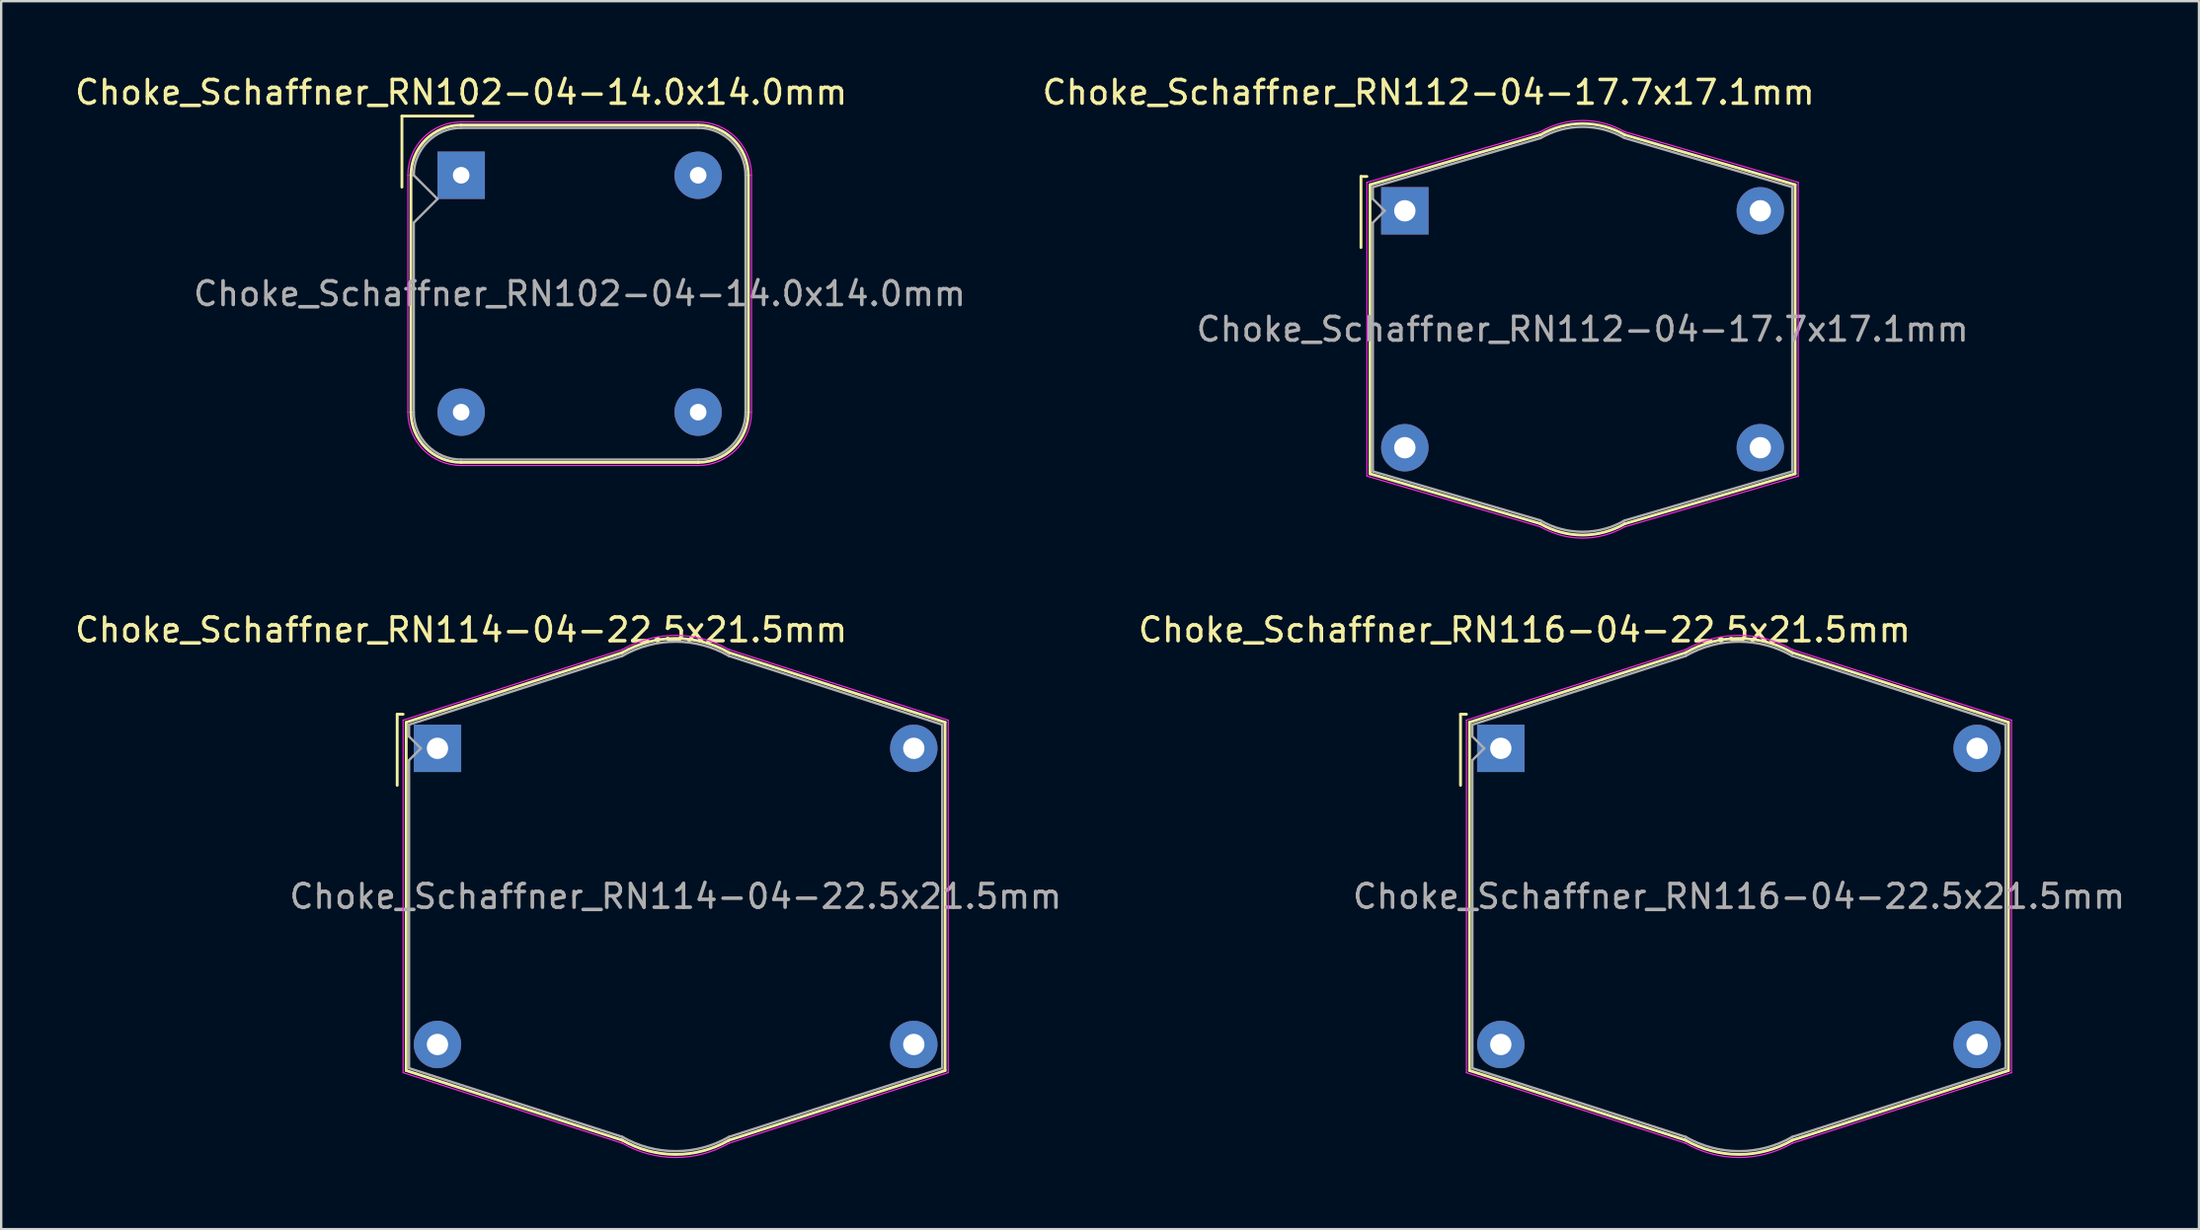
<source format=kicad_pcb>
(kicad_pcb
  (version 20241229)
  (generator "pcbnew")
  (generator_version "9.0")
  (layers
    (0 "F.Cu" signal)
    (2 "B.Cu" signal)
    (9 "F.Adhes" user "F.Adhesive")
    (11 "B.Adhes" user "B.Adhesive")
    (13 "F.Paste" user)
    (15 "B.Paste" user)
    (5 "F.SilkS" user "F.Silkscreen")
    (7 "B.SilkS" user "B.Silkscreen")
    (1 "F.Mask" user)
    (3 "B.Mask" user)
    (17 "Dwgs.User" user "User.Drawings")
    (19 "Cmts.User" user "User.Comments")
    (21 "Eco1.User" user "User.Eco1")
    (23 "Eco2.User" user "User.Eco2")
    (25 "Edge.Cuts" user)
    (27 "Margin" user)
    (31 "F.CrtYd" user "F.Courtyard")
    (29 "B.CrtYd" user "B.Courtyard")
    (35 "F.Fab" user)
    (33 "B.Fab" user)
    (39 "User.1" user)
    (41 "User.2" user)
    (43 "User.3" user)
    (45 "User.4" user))
  (footprint "Choke_Schaffner_RN114-04-22.5x21.5mm"
    (layer "F.Cu")
    (at 15.411 28.538)
    (property "Reference" "Choke_Schaffner_RN114-04-22.5x21.5mm" (at 1 -5 0) (layer "F.SilkS") (effects (font (size 1 1) (thickness 0.15))))
    (attr through_hole)
    (fp_line (start -1.7 -1.44) (end -1.7 1.56) (stroke (width 0.12) (type solid)) (layer "F.SilkS"))
    (fp_line (start -1.7 -1.44) (end -1.45 -1.44) (stroke (width 0.12) (type solid)) (layer "F.SilkS"))
    (fp_line (start -1.32 -1.1) (end 7.8 -4.04) (stroke (width 0.12) (type solid)) (layer "F.SilkS"))
    (fp_line (start -1.32 13.6) (end -1.32 -1.1) (stroke (width 0.12) (type solid)) (layer "F.SilkS"))
    (fp_line (start 7.8 16.54) (end -1.32 13.6) (stroke (width 0.12) (type solid)) (layer "F.SilkS"))
    (fp_line (start 12.3 -4.04) (end 21.42 -1.1) (stroke (width 0.12) (type solid)) (layer "F.SilkS"))
    (fp_line (start 21.42 -1.1) (end 21.42 13.6) (stroke (width 0.12) (type solid)) (layer "F.SilkS"))
    (fp_line (start 21.42 13.6) (end 12.3 16.54) (stroke (width 0.12) (type solid)) (layer "F.SilkS"))
    (fp_arc (start 7.8 -4.04) (mid 10.061443 -4.63982) (end 12.31982 -4.028557) (stroke (width 0.12) (type solid)) (layer "F.SilkS"))
    (fp_arc (start 12.3 16.54) (mid 10.038557 17.13982) (end 7.78018 16.528557) (stroke (width 0.12) (type solid)) (layer "F.SilkS"))
    (fp_line (start -1.45 -1.19) (end 7.8 -4.17) (stroke (width 0.05) (type solid)) (layer "F.CrtYd"))
    (fp_line (start -1.45 13.69) (end -1.45 -1.19) (stroke (width 0.05) (type solid)) (layer "F.CrtYd"))
    (fp_line (start 7.8 16.67) (end -1.45 13.69) (stroke (width 0.05) (type solid)) (layer "F.CrtYd"))
    (fp_line (start 12.3 -4.17) (end 21.55 -1.19) (stroke (width 0.05) (type solid)) (layer "F.CrtYd"))
    (fp_line (start 21.55 -1.19) (end 21.55 13.69) (stroke (width 0.05) (type solid)) (layer "F.CrtYd"))
    (fp_line (start 21.55 13.69) (end 12.3 16.67) (stroke (width 0.05) (type solid)) (layer "F.CrtYd"))
    (fp_arc (start 7.8 -4.17) (mid 10.061443 -4.76982) (end 12.31982 -4.158557) (stroke (width 0.05) (type solid)) (layer "F.CrtYd"))
    (fp_arc (start 12.3 16.67) (mid 10.038557 17.26982) (end 7.78018 16.658557) (stroke (width 0.05) (type solid)) (layer "F.CrtYd"))
    (fp_line (start -1.2 -1) (end 7.8 -3.9) (stroke (width 0.1) (type solid)) (layer "F.Fab"))
    (fp_line (start -1.2 -0.5) (end -1.2 -1) (stroke (width 0.1) (type solid)) (layer "F.Fab"))
    (fp_line (start -1.2 0.5) (end -0.7 0) (stroke (width 0.1) (type solid)) (layer "F.Fab"))
    (fp_line (start -1.2 13.5) (end -1.2 0.5) (stroke (width 0.1) (type solid)) (layer "F.Fab"))
    (fp_line (start -0.7 0) (end -1.2 -0.5) (stroke (width 0.1) (type solid)) (layer "F.Fab"))
    (fp_line (start 7.8 16.4) (end -1.2 13.5) (stroke (width 0.1) (type solid)) (layer "F.Fab"))
    (fp_line (start 12.3 -3.9) (end 21.3 -1) (stroke (width 0.1) (type solid)) (layer "F.Fab"))
    (fp_line (start 21.3 -1) (end 21.3 13.5) (stroke (width 0.1) (type solid)) (layer "F.Fab"))
    (fp_line (start 21.3 13.5) (end 12.3 16.4) (stroke (width 0.1) (type solid)) (layer "F.Fab"))
    (fp_arc (start 7.8 -3.9) (mid 10.051443 -4.502499) (end 12.302499 -3.898557) (stroke (width 0.1) (type solid)) (layer "F.Fab"))
    (fp_arc (start 12.3 16.4) (mid 10.048557 17.002499) (end 7.797501 16.398557) (stroke (width 0.1) (type solid)) (layer "F.Fab"))
    (fp_text user "${REFERENCE}" (at 10.05 6.25 0) (layer "F.Fab") (effects (font (size 1 1) (thickness 0.15))))
    (pad "1" thru_hole rect (at 0 0) (size 2 2) (drill 0.9) (layers "*.Cu" "*.Mask"))
    (pad "2" thru_hole circle (at 20.1 0) (size 2 2) (drill 0.9) (layers "*.Cu" "*.Mask"))
    (pad "3" thru_hole circle (at 0 12.5) (size 2 2) (drill 0.9) (layers "*.Cu" "*.Mask"))
    (pad "4" thru_hole circle (at 20.1 12.5) (size 2 2) (drill 0.9) (layers "*.Cu" "*.Mask")))
  (footprint "Choke_Schaffner_RN116-04-22.5x21.5mm"
    (layer "F.Cu")
    (at 60.282 28.538)
    (property "Reference" "Choke_Schaffner_RN116-04-22.5x21.5mm" (at 1 -5 0) (layer "F.SilkS") (effects (font (size 1 1) (thickness 0.15))))
    (attr through_hole)
    (fp_line (start -1.7 -1.44) (end -1.7 1.56) (stroke (width 0.12) (type solid)) (layer "F.SilkS"))
    (fp_line (start -1.7 -1.44) (end -1.45 -1.44) (stroke (width 0.12) (type solid)) (layer "F.SilkS"))
    (fp_line (start -1.32 -1.1) (end 7.8 -4.04) (stroke (width 0.12) (type solid)) (layer "F.SilkS"))
    (fp_line (start -1.32 13.6) (end -1.32 -1.1) (stroke (width 0.12) (type solid)) (layer "F.SilkS"))
    (fp_line (start 7.8 16.54) (end -1.32 13.6) (stroke (width 0.12) (type solid)) (layer "F.SilkS"))
    (fp_line (start 12.3 -4.04) (end 21.42 -1.1) (stroke (width 0.12) (type solid)) (layer "F.SilkS"))
    (fp_line (start 21.42 -1.1) (end 21.42 13.6) (stroke (width 0.12) (type solid)) (layer "F.SilkS"))
    (fp_line (start 21.42 13.6) (end 12.3 16.54) (stroke (width 0.12) (type solid)) (layer "F.SilkS"))
    (fp_arc (start 7.8 -4.04) (mid 10.061443 -4.63982) (end 12.31982 -4.028557) (stroke (width 0.12) (type solid)) (layer "F.SilkS"))
    (fp_arc (start 12.3 16.54) (mid 10.038557 17.13982) (end 7.78018 16.528557) (stroke (width 0.12) (type solid)) (layer "F.SilkS"))
    (fp_line (start -1.45 -1.19) (end 7.8 -4.17) (stroke (width 0.05) (type solid)) (layer "F.CrtYd"))
    (fp_line (start -1.45 13.69) (end -1.45 -1.19) (stroke (width 0.05) (type solid)) (layer "F.CrtYd"))
    (fp_line (start 7.8 16.67) (end -1.45 13.69) (stroke (width 0.05) (type solid)) (layer "F.CrtYd"))
    (fp_line (start 12.3 -4.17) (end 21.55 -1.19) (stroke (width 0.05) (type solid)) (layer "F.CrtYd"))
    (fp_line (start 21.55 -1.19) (end 21.55 13.69) (stroke (width 0.05) (type solid)) (layer "F.CrtYd"))
    (fp_line (start 21.55 13.69) (end 12.3 16.67) (stroke (width 0.05) (type solid)) (layer "F.CrtYd"))
    (fp_arc (start 7.8 -4.17) (mid 10.061443 -4.76982) (end 12.31982 -4.158557) (stroke (width 0.05) (type solid)) (layer "F.CrtYd"))
    (fp_arc (start 12.3 16.67) (mid 10.038557 17.26982) (end 7.78018 16.658557) (stroke (width 0.05) (type solid)) (layer "F.CrtYd"))
    (fp_line (start -1.2 -1) (end 7.8 -3.9) (stroke (width 0.1) (type solid)) (layer "F.Fab"))
    (fp_line (start -1.2 -0.5) (end -1.2 -1) (stroke (width 0.1) (type solid)) (layer "F.Fab"))
    (fp_line (start -1.2 0.5) (end -0.7 0) (stroke (width 0.1) (type solid)) (layer "F.Fab"))
    (fp_line (start -1.2 13.5) (end -1.2 0.5) (stroke (width 0.1) (type solid)) (layer "F.Fab"))
    (fp_line (start -0.7 0) (end -1.2 -0.5) (stroke (width 0.1) (type solid)) (layer "F.Fab"))
    (fp_line (start 7.8 16.4) (end -1.2 13.5) (stroke (width 0.1) (type solid)) (layer "F.Fab"))
    (fp_line (start 12.3 -3.9) (end 21.3 -1) (stroke (width 0.1) (type solid)) (layer "F.Fab"))
    (fp_line (start 21.3 -1) (end 21.3 13.5) (stroke (width 0.1) (type solid)) (layer "F.Fab"))
    (fp_line (start 21.3 13.5) (end 12.3 16.4) (stroke (width 0.1) (type solid)) (layer "F.Fab"))
    (fp_arc (start 7.8 -3.9) (mid 10.051443 -4.502499) (end 12.302499 -3.898557) (stroke (width 0.1) (type solid)) (layer "F.Fab"))
    (fp_arc (start 12.3 16.4) (mid 10.048557 17.002499) (end 7.797501 16.398557) (stroke (width 0.1) (type solid)) (layer "F.Fab"))
    (fp_text user "${REFERENCE}" (at 10.05 6.25 0) (layer "F.Fab") (effects (font (size 1 1) (thickness 0.15))))
    (pad "1" thru_hole rect (at 0 0) (size 2 2) (drill 0.9) (layers "*.Cu" "*.Mask"))
    (pad "2" thru_hole circle (at 20.1 0) (size 2 2) (drill 0.9) (layers "*.Cu" "*.Mask"))
    (pad "3" thru_hole circle (at 0 12.5) (size 2 2) (drill 0.9) (layers "*.Cu" "*.Mask"))
    (pad "4" thru_hole circle (at 20.1 12.5) (size 2 2) (drill 0.9) (layers "*.Cu" "*.Mask")))
  (footprint "Choke_Schaffner_RN102-04-14.0x14.0mm"
    (layer "F.Cu")
    (at 16.411 4.348)
    (property "Reference" "Choke_Schaffner_RN102-04-14.0x14.0mm" (at 0 -3.5 0) (layer "F.SilkS") (effects (font (size 1 1) (thickness 0.15))))
    (attr through_hole)
    (fp_line (start -2.5 -2.5) (end -2.5 0.5) (stroke (width 0.12) (type solid)) (layer "F.SilkS"))
    (fp_line (start -2.5 -2.5) (end 0.5 -2.5) (stroke (width 0.12) (type solid)) (layer "F.SilkS"))
    (fp_line (start -2.12 10) (end -2.12 0) (stroke (width 0.12) (type solid)) (layer "F.SilkS"))
    (fp_line (start 0 -2.12) (end 10 -2.12) (stroke (width 0.12) (type solid)) (layer "F.SilkS"))
    (fp_line (start 10 12.12) (end 0 12.12) (stroke (width 0.12) (type solid)) (layer "F.SilkS"))
    (fp_line (start 12.12 0) (end 12.12 10) (stroke (width 0.12) (type solid)) (layer "F.SilkS"))
    (fp_arc (start -2.12 0) (mid -1.499066 -1.499066) (end 0 -2.12) (stroke (width 0.12) (type solid)) (layer "F.SilkS"))
    (fp_arc (start 0 12.12) (mid -1.499066 11.499066) (end -2.12 10) (stroke (width 0.12) (type solid)) (layer "F.SilkS"))
    (fp_arc (start 10 -2.12) (mid 11.499066 -1.499066) (end 12.12 0) (stroke (width 0.12) (type solid)) (layer "F.SilkS"))
    (fp_arc (start 12.12 10) (mid 11.499066 11.499066) (end 10 12.12) (stroke (width 0.12) (type solid)) (layer "F.SilkS"))
    (fp_line (start -2.25 10) (end -2.25 0) (stroke (width 0.05) (type solid)) (layer "F.CrtYd"))
    (fp_line (start 0 -2.25) (end 10 -2.25) (stroke (width 0.05) (type solid)) (layer "F.CrtYd"))
    (fp_line (start 10 12.25) (end 0 12.25) (stroke (width 0.05) (type solid)) (layer "F.CrtYd"))
    (fp_line (start 12.25 0) (end 12.25 10) (stroke (width 0.05) (type solid)) (layer "F.CrtYd"))
    (fp_arc (start -2.25 0) (mid -1.59099 -1.59099) (end 0 -2.25) (stroke (width 0.05) (type solid)) (layer "F.CrtYd"))
    (fp_arc (start 0 12.25) (mid -1.59099 11.59099) (end -2.25 10) (stroke (width 0.05) (type solid)) (layer "F.CrtYd"))
    (fp_arc (start 10 -2.25) (mid 11.59099 -1.59099) (end 12.25 0) (stroke (width 0.05) (type solid)) (layer "F.CrtYd"))
    (fp_arc (start 12.25 10) (mid 11.59099 11.59099) (end 10 12.25) (stroke (width 0.05) (type solid)) (layer "F.CrtYd"))
    (fp_line (start -2 2) (end -1 1) (stroke (width 0.1) (type solid)) (layer "F.Fab"))
    (fp_line (start -2 10) (end -2 2) (stroke (width 0.1) (type solid)) (layer "F.Fab"))
    (fp_line (start -1 1) (end -2 0) (stroke (width 0.1) (type solid)) (layer "F.Fab"))
    (fp_line (start 0 -2) (end 10 -2) (stroke (width 0.1) (type solid)) (layer "F.Fab"))
    (fp_line (start 10 12) (end 0 12) (stroke (width 0.1) (type solid)) (layer "F.Fab"))
    (fp_line (start 12 0) (end 12 10) (stroke (width 0.1) (type solid)) (layer "F.Fab"))
    (fp_arc (start -2 0) (mid -1.414214 -1.414214) (end 0 -2) (stroke (width 0.1) (type solid)) (layer "F.Fab"))
    (fp_arc (start 0 12) (mid -1.414214 11.414214) (end -2 10) (stroke (width 0.1) (type solid)) (layer "F.Fab"))
    (fp_arc (start 10 -2) (mid 11.414214 -1.414214) (end 12 0) (stroke (width 0.1) (type solid)) (layer "F.Fab"))
    (fp_arc (start 12 10) (mid 11.414214 11.414214) (end 10 12) (stroke (width 0.1) (type solid)) (layer "F.Fab"))
    (fp_text user "${REFERENCE}" (at 5 5 0) (layer "F.Fab") (effects (font (size 1 1) (thickness 0.15))))
    (pad "1" thru_hole rect (at 0 0) (size 2 2) (drill 0.7) (layers "*.Cu" "*.Mask"))
    (pad "2" thru_hole circle (at 10 0) (size 2 2) (drill 0.7) (layers "*.Cu" "*.Mask"))
    (pad "3" thru_hole circle (at 0 10) (size 2 2) (drill 0.7) (layers "*.Cu" "*.Mask"))
    (pad "4" thru_hole circle (at 10 10) (size 2 2) (drill 0.7) (layers "*.Cu" "*.Mask")))
  (footprint "Choke_Schaffner_RN112-04-17.7x17.1mm"
    (layer "F.Cu")
    (at 56.232 5.848)
    (property "Reference" "Choke_Schaffner_RN112-04-17.7x17.1mm" (at 1 -5 0) (layer "F.SilkS") (effects (font (size 1 1) (thickness 0.15))))
    (attr through_hole)
    (fp_line (start -1.85 -1.45) (end -1.85 1.55) (stroke (width 0.12) (type solid)) (layer "F.SilkS"))
    (fp_line (start -1.85 -1.45) (end -1.6 -1.45) (stroke (width 0.12) (type solid)) (layer "F.SilkS"))
    (fp_line (start -1.47 -1.1) (end 5.73 -3.21) (stroke (width 0.12) (type solid)) (layer "F.SilkS"))
    (fp_line (start -1.47 11.1) (end -1.47 -1.1) (stroke (width 0.12) (type solid)) (layer "F.SilkS"))
    (fp_line (start 5.73 13.21) (end -1.47 11.1) (stroke (width 0.12) (type solid)) (layer "F.SilkS"))
    (fp_line (start 9.27 -3.21) (end 16.47 -1.1) (stroke (width 0.12) (type solid)) (layer "F.SilkS"))
    (fp_line (start 16.47 -1.1) (end 16.47 11.1) (stroke (width 0.12) (type solid)) (layer "F.SilkS"))
    (fp_line (start 16.47 11.1) (end 9.28 13.21) (stroke (width 0.12) (type solid)) (layer "F.SilkS"))
    (fp_arc (start 5.73 -3.21) (mid 7.512135 -3.681018) (end 9.291018 -3.197865) (stroke (width 0.12) (type solid)) (layer "F.SilkS"))
    (fp_arc (start 9.28 13.21) (mid 7.496525 13.686018) (end 5.713982 13.206525) (stroke (width 0.12) (type solid)) (layer "F.SilkS"))
    (fp_line (start -1.6 -1.2) (end 5.73 -3.34) (stroke (width 0.05) (type solid)) (layer "F.CrtYd"))
    (fp_line (start -1.6 11.2) (end -1.6 -1.2) (stroke (width 0.05) (type solid)) (layer "F.CrtYd"))
    (fp_line (start 5.73 13.34) (end -1.6 11.2) (stroke (width 0.05) (type solid)) (layer "F.CrtYd"))
    (fp_line (start 9.27 -3.34) (end 16.6 -1.2) (stroke (width 0.05) (type solid)) (layer "F.CrtYd"))
    (fp_line (start 16.6 -1.2) (end 16.6 11.2) (stroke (width 0.05) (type solid)) (layer "F.CrtYd"))
    (fp_line (start 16.6 11.2) (end 9.28 13.34) (stroke (width 0.05) (type solid)) (layer "F.CrtYd"))
    (fp_arc (start 5.73 -3.34) (mid 7.512135 -3.811018) (end 9.291018 -3.327865) (stroke (width 0.05) (type solid)) (layer "F.CrtYd"))
    (fp_arc (start 9.28 13.34) (mid 7.496525 13.816018) (end 5.713982 13.336525) (stroke (width 0.05) (type solid)) (layer "F.CrtYd"))
    (fp_line (start -1.35 -1) (end 5.73 -3.07) (stroke (width 0.1) (type solid)) (layer "F.Fab"))
    (fp_line (start -1.35 -0.5) (end -1.35 -1) (stroke (width 0.1) (type solid)) (layer "F.Fab"))
    (fp_line (start -1.35 0.5) (end -0.85 0) (stroke (width 0.1) (type solid)) (layer "F.Fab"))
    (fp_line (start -1.35 11) (end -1.35 0.5) (stroke (width 0.1) (type solid)) (layer "F.Fab"))
    (fp_line (start -0.85 0) (end -1.35 -0.5) (stroke (width 0.1) (type solid)) (layer "F.Fab"))
    (fp_line (start 5.73 13.07) (end -1.35 11) (stroke (width 0.1) (type solid)) (layer "F.Fab"))
    (fp_line (start 9.28 -3.07) (end 16.35 -1) (stroke (width 0.1) (type solid)) (layer "F.Fab"))
    (fp_line (start 16.35 -1) (end 16.35 11) (stroke (width 0.1) (type solid)) (layer "F.Fab"))
    (fp_line (start 16.35 11) (end 9.28 13.07) (stroke (width 0.1) (type solid)) (layer "F.Fab"))
    (fp_arc (start 5.73 -3.07) (mid 7.502135 -3.543698) (end 9.273698 -3.067865) (stroke (width 0.1) (type solid)) (layer "F.Fab"))
    (fp_arc (start 9.28 13.07) (mid 7.506525 13.548698) (end 5.731302 13.076525) (stroke (width 0.1) (type solid)) (layer "F.Fab"))
    (fp_text user "${REFERENCE}" (at 7.5 5 0) (layer "F.Fab") (effects (font (size 1 1) (thickness 0.15))))
    (pad "1" thru_hole rect (at 0 0) (size 2 2) (drill 0.9) (layers "*.Cu" "*.Mask"))
    (pad "2" thru_hole circle (at 15 0) (size 2 2) (drill 0.9) (layers "*.Cu" "*.Mask"))
    (pad "3" thru_hole circle (at 0 10) (size 2 2) (drill 0.9) (layers "*.Cu" "*.Mask"))
    (pad "4" thru_hole circle (at 15 10) (size 2 2) (drill 0.9) (layers "*.Cu" "*.Mask")))
  (gr_rect
    (start -3 -3)
    (end 89.743 48.832)
    (stroke (width 0.1) (type default))
    (fill no)
    (layer "Edge.Cuts")))
</source>
